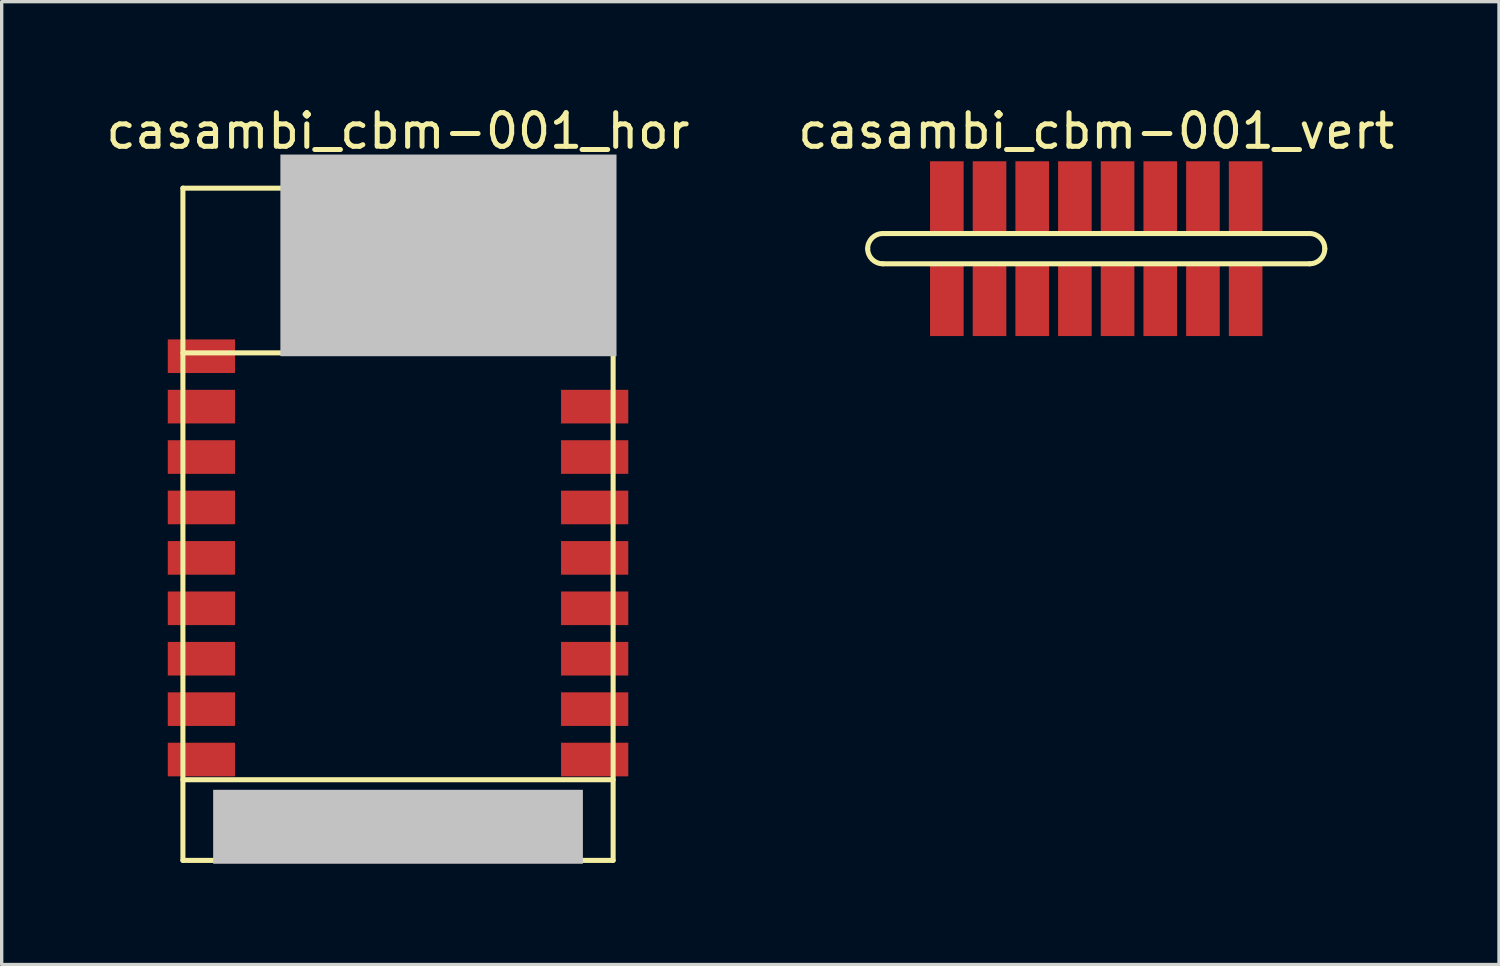
<source format=kicad_pcb>
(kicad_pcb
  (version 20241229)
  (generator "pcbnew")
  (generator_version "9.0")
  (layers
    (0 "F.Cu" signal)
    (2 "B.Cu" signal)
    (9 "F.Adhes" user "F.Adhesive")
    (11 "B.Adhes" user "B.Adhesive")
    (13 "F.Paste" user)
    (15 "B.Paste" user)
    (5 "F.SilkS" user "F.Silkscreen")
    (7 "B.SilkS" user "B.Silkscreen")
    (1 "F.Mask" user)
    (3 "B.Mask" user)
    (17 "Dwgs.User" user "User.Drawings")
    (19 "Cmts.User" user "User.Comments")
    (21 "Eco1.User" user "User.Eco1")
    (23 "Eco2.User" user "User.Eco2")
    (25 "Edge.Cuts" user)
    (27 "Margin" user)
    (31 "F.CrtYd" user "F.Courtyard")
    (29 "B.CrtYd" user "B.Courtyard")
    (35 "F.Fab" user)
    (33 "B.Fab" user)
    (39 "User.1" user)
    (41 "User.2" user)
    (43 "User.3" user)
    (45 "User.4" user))
  (footprint "casambi_cbm-001_vert"
    (layer "F.Cu")
    (at 29.565 4.348)
    (property "Reference" "casambi_cbm-001_vert" (at 0 -3.5 0) (layer "F.SilkS") (effects (font (size 1 1) (thickness 0.15))))
    (attr through_hole)
    (fp_line (start -6.35 -0.45) (end 6.35 -0.45) (stroke (width 0.15) (type solid)) (layer "F.SilkS"))
    (fp_line (start -6.35 0.45) (end 6.35 0.45) (stroke (width 0.15) (type solid)) (layer "F.SilkS"))
    (fp_arc (start -6.8 0) (mid -6.668198 -0.318198) (end -6.35 -0.45) (stroke (width 0.15) (type solid)) (layer "F.SilkS"))
    (fp_arc (start -6.35 0.45) (mid -6.668198 0.318198) (end -6.8 0) (stroke (width 0.15) (type solid)) (layer "F.SilkS"))
    (fp_arc (start 6.35 -0.45) (mid 6.668198 -0.318198) (end 6.8 0) (stroke (width 0.15) (type solid)) (layer "F.SilkS"))
    (fp_arc (start 6.8 0) (mid 6.668198 0.318198) (end 6.35 0.45) (stroke (width 0.15) (type solid)) (layer "F.SilkS"))
    (pad "1" smd rect (at -4.445 1.5) (size 1 2.2) (layers "F.Cu" "F.Mask" "F.Paste"))
    (pad "2" smd rect (at -3.175 1.5) (size 1 2.2) (layers "F.Cu" "F.Mask" "F.Paste"))
    (pad "3" smd rect (at -1.905 1.5) (size 1 2.2) (layers "F.Cu" "F.Mask" "F.Paste"))
    (pad "4" smd rect (at -0.635 1.5) (size 1 2.2) (layers "F.Cu" "F.Mask" "F.Paste"))
    (pad "5" smd rect (at 0.635 1.5) (size 1 2.2) (layers "F.Cu" "F.Mask" "F.Paste"))
    (pad "6" smd rect (at 1.905 1.5) (size 1 2.2) (layers "F.Cu" "F.Mask" "F.Paste"))
    (pad "7" smd rect (at 3.175 1.5) (size 1 2.2) (layers "F.Cu" "F.Mask" "F.Paste"))
    (pad "8" smd rect (at 4.445 1.5) (size 1 2.2) (layers "F.Cu" "F.Mask" "F.Paste"))
    (pad "9" smd rect (at 4.445 -1.5) (size 1 2.2) (layers "F.Cu" "F.Mask" "F.Paste"))
    (pad "10" smd rect (at 3.175 -1.5) (size 1 2.2) (layers "F.Cu" "F.Mask" "F.Paste"))
    (pad "11" smd rect (at 1.905 -1.5) (size 1 2.2) (layers "F.Cu" "F.Mask" "F.Paste"))
    (pad "12" smd rect (at 0.635 -1.5) (size 1 2.2) (layers "F.Cu" "F.Mask" "F.Paste"))
    (pad "13" smd rect (at -0.635 -1.5) (size 1 2.2) (layers "F.Cu" "F.Mask" "F.Paste"))
    (pad "14" smd rect (at -1.905 -1.5) (size 1 2.2) (layers "F.Cu" "F.Mask" "F.Paste"))
    (pad "15" smd rect (at -3.175 -1.5) (size 1 2.2) (layers "F.Cu" "F.Mask" "F.Paste"))
    (pad "16" smd rect (at -4.445 -1.5) (size 1 2.2) (layers "F.Cu" "F.Mask" "F.Paste")))
  (footprint "casambi_cbm-001_hor"
    (layer "F.Cu")
    (at 8.792 12.548)
    (property "Reference" "casambi_cbm-001_hor" (at 0 -11.7 0) (layer "F.SilkS") (effects (font (size 1 1) (thickness 0.15))))
    (attr through_hole)
    (fp_line (start -6.4 -10) (end -6.4 10) (stroke (width 0.15) (type solid)) (layer "F.SilkS"))
    (fp_line (start -6.4 -10) (end 6.4 -10) (stroke (width 0.15) (type solid)) (layer "F.SilkS"))
    (fp_line (start -2.1 -9.2) (end -2.1 -7.3) (stroke (width 0.15) (type solid)) (layer "F.SilkS"))
    (fp_line (start -2.1 -7.3) (end 4.7 -7.3) (stroke (width 0.15) (type solid)) (layer "F.SilkS"))
    (fp_line (start 4.7 -9.2) (end -2.1 -9.2) (stroke (width 0.15) (type solid)) (layer "F.SilkS"))
    (fp_line (start 4.7 -7.3) (end 4.7 -9.2) (stroke (width 0.15) (type solid)) (layer "F.SilkS"))
    (fp_line (start 6.4 -10) (end 6.4 10) (stroke (width 0.15) (type solid)) (layer "F.SilkS"))
    (fp_line (start 6.4 -5.1) (end -6.4 -5.1) (stroke (width 0.15) (type solid)) (layer "F.SilkS"))
    (fp_line (start 6.4 7.6) (end -6.4 7.6) (stroke (width 0.15) (type solid)) (layer "F.SilkS"))
    (fp_line (start 6.4 10) (end -6.4 10) (stroke (width 0.15) (type solid)) (layer "F.SilkS"))
    (pad "" smd rect (at 0 9) (size 11 2.2) (layers "Dwgs.User"))
    (pad "" smd rect (at 1.5 -8) (size 10 6) (layers "Dwgs.User"))
    (pad "1" smd rect (at -5.85 -5) (size 2 1) (layers "F.Cu" "F.Mask" "F.Paste"))
    (pad "1" smd rect (at -5.85 7) (size 2 1) (layers "F.Cu" "F.Mask" "F.Paste"))
    (pad "2" smd rect (at -5.85 5.5) (size 2 1) (layers "F.Cu" "F.Mask" "F.Paste"))
    (pad "3" smd rect (at -5.85 4) (size 2 1) (layers "F.Cu" "F.Mask" "F.Paste"))
    (pad "4" smd rect (at -5.85 2.5) (size 2 1) (layers "F.Cu" "F.Mask" "F.Paste"))
    (pad "5" smd rect (at -5.85 1) (size 2 1) (layers "F.Cu" "F.Mask" "F.Paste"))
    (pad "6" smd rect (at -5.85 -0.5) (size 2 1) (layers "F.Cu" "F.Mask" "F.Paste"))
    (pad "7" smd rect (at -5.85 -2) (size 2 1) (layers "F.Cu" "F.Mask" "F.Paste"))
    (pad "8" smd rect (at -5.85 -3.5) (size 2 1) (layers "F.Cu" "F.Mask" "F.Paste"))
    (pad "9" smd rect (at 5.85 7) (size 2 1) (layers "F.Cu" "F.Mask" "F.Paste"))
    (pad "10" smd rect (at 5.85 5.5) (size 2 1) (layers "F.Cu" "F.Mask" "F.Paste"))
    (pad "11" smd rect (at 5.85 4) (size 2 1) (layers "F.Cu" "F.Mask" "F.Paste"))
    (pad "12" smd rect (at 5.85 2.5) (size 2 1) (layers "F.Cu" "F.Mask" "F.Paste"))
    (pad "13" smd rect (at 5.85 1) (size 2 1) (layers "F.Cu" "F.Mask" "F.Paste"))
    (pad "14" smd rect (at 5.85 -0.5) (size 2 1) (layers "F.Cu" "F.Mask" "F.Paste"))
    (pad "15" smd rect (at 5.85 -2) (size 2 1) (layers "F.Cu" "F.Mask" "F.Paste"))
    (pad "16" smd rect (at 5.85 -3.5) (size 2 1) (layers "F.Cu" "F.Mask" "F.Paste")))
  (gr_rect
    (start -3 -3)
    (end 41.548 25.648)
    (stroke (width 0.1) (type default))
    (fill no)
    (layer "Edge.Cuts")))
</source>
